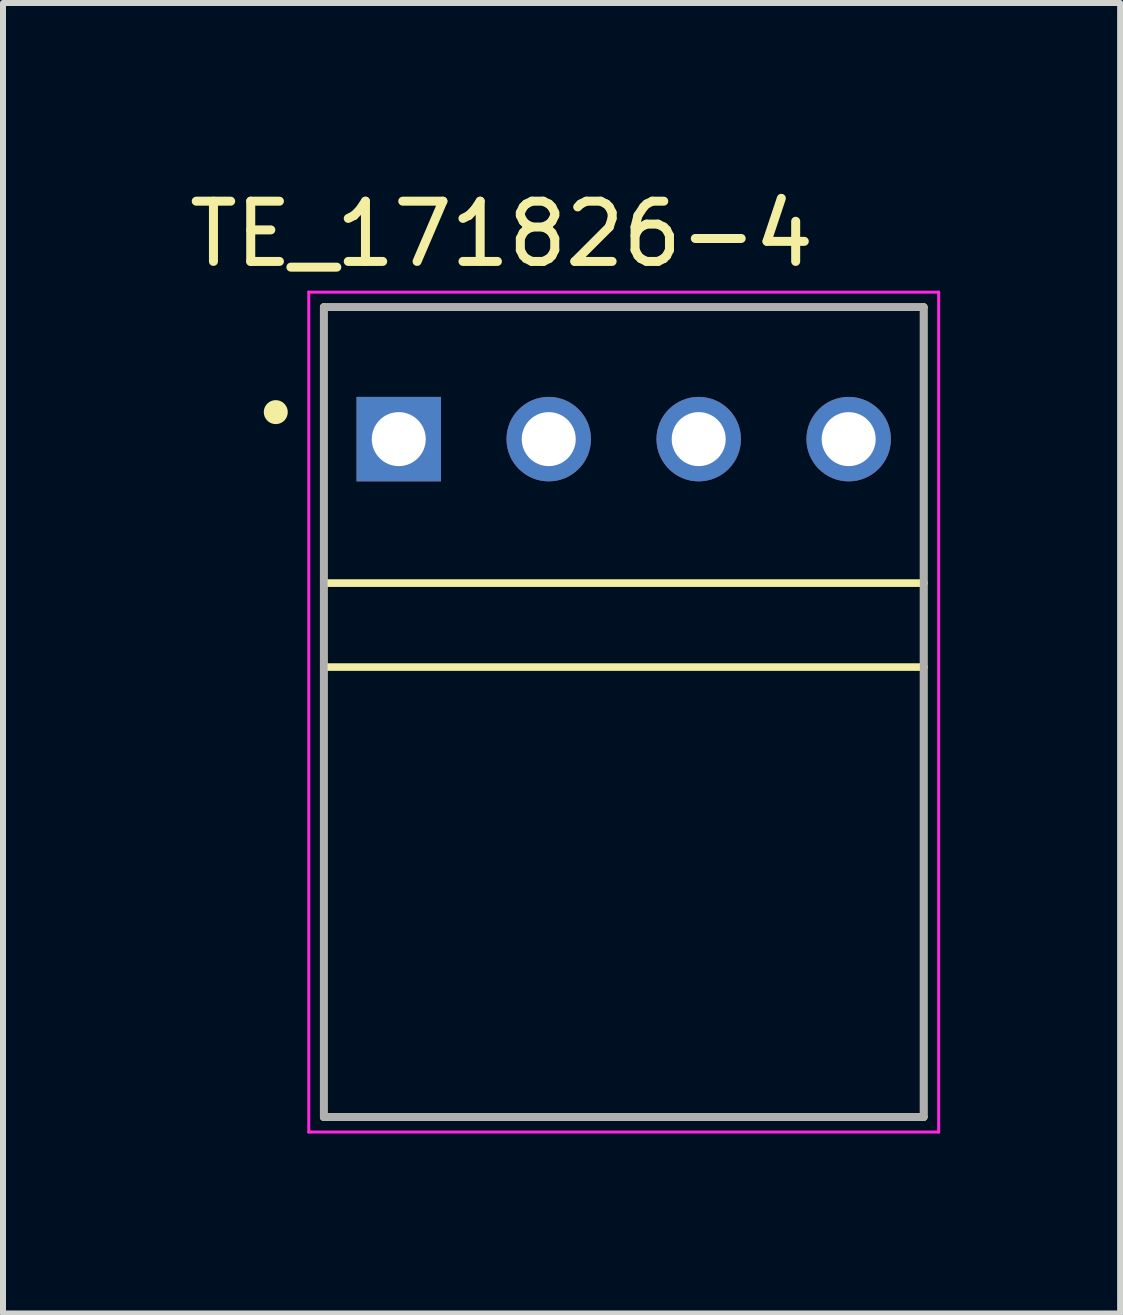
<source format=kicad_pcb>
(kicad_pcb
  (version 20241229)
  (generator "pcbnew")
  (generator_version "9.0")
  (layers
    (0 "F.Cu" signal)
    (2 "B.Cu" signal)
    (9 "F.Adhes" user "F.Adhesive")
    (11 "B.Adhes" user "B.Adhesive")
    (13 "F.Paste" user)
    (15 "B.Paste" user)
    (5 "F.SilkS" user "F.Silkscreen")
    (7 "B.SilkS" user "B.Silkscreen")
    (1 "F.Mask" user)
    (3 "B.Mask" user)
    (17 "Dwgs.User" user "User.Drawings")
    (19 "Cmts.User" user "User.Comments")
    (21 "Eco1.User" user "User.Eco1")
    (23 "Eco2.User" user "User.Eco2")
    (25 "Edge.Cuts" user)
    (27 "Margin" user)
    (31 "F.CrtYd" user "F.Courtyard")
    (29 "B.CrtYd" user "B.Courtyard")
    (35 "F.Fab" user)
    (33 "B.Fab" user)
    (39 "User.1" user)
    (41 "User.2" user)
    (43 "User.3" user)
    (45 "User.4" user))
  (footprint "TE_171826-4"
    (layer "F.Cu")
    (at 7.347 8.82)
    (property "Reference" "TE_171826-4" (at -2.034 -7.969 0) (layer "F.SilkS") (effects (font (size 1.004 1.004) (thickness 0.15))))
    (attr through_hole)
    (fp_line (start -5 -6.75) (end 5 -6.75) (stroke (width 0.127) (type solid)) (layer "F.SilkS"))
    (fp_line (start -5 -2.15) (end -5 -6.75) (stroke (width 0.127) (type solid)) (layer "F.SilkS"))
    (fp_line (start -5 -2.15) (end 5 -2.15) (stroke (width 0.127) (type solid)) (layer "F.SilkS"))
    (fp_line (start -5 -0.75) (end -5 -2.15) (stroke (width 0.127) (type solid)) (layer "F.SilkS"))
    (fp_line (start -5 -0.75) (end 5 -0.75) (stroke (width 0.127) (type solid)) (layer "F.SilkS"))
    (fp_line (start -5 6.75) (end -5 -0.75) (stroke (width 0.127) (type solid)) (layer "F.SilkS"))
    (fp_line (start 5 -6.75) (end 5 -2.15) (stroke (width 0.127) (type solid)) (layer "F.SilkS"))
    (fp_line (start 5 -2.15) (end 5 -0.75) (stroke (width 0.127) (type solid)) (layer "F.SilkS"))
    (fp_line (start 5 -0.75) (end 5 6.75) (stroke (width 0.127) (type solid)) (layer "F.SilkS"))
    (fp_line (start 5 6.75) (end -5 6.75) (stroke (width 0.127) (type solid)) (layer "F.SilkS"))
    (fp_circle (center -5.8 -5) (end -5.7 -5) (stroke (width 0.2) (type solid)) (fill no) (layer "F.SilkS"))
    (fp_line (start -5.25 -7) (end 5.25 -7) (stroke (width 0.05) (type solid)) (layer "F.CrtYd"))
    (fp_line (start -5.25 7) (end -5.25 -7) (stroke (width 0.05) (type solid)) (layer "F.CrtYd"))
    (fp_line (start 5.25 -7) (end 5.25 7) (stroke (width 0.05) (type solid)) (layer "F.CrtYd"))
    (fp_line (start 5.25 7) (end -5.25 7) (stroke (width 0.05) (type solid)) (layer "F.CrtYd"))
    (fp_line (start -5 -6.75) (end 5 -6.75) (stroke (width 0.127) (type solid)) (layer "F.Fab"))
    (fp_line (start -5 6.75) (end -5 -6.75) (stroke (width 0.127) (type solid)) (layer "F.Fab"))
    (fp_line (start 5 6.75) (end -5 6.75) (stroke (width 0.127) (type solid)) (layer "F.Fab"))
    (fp_line (start 5 6.75) (end 5 -6.75) (stroke (width 0.127) (type solid)) (layer "F.Fab"))
    (pad "1" thru_hole rect (at -3.75 -4.55) (size 1.408 1.408) (drill 0.9) (layers "*.Cu" "*.Mask"))
    (pad "2" thru_hole circle (at -1.25 -4.55) (size 1.408 1.408) (drill 0.9) (layers "*.Cu" "*.Mask"))
    (pad "3" thru_hole circle (at 1.25 -4.55) (size 1.408 1.408) (drill 0.9) (layers "*.Cu" "*.Mask"))
    (pad "4" thru_hole circle (at 3.75 -4.55) (size 1.408 1.408) (drill 0.9) (layers "*.Cu" "*.Mask")))
  (gr_rect
    (start -3 -3)
    (end 15.622 18.845)
    (stroke (width 0.1) (type default))
    (fill no)
    (layer "Edge.Cuts")))
</source>
